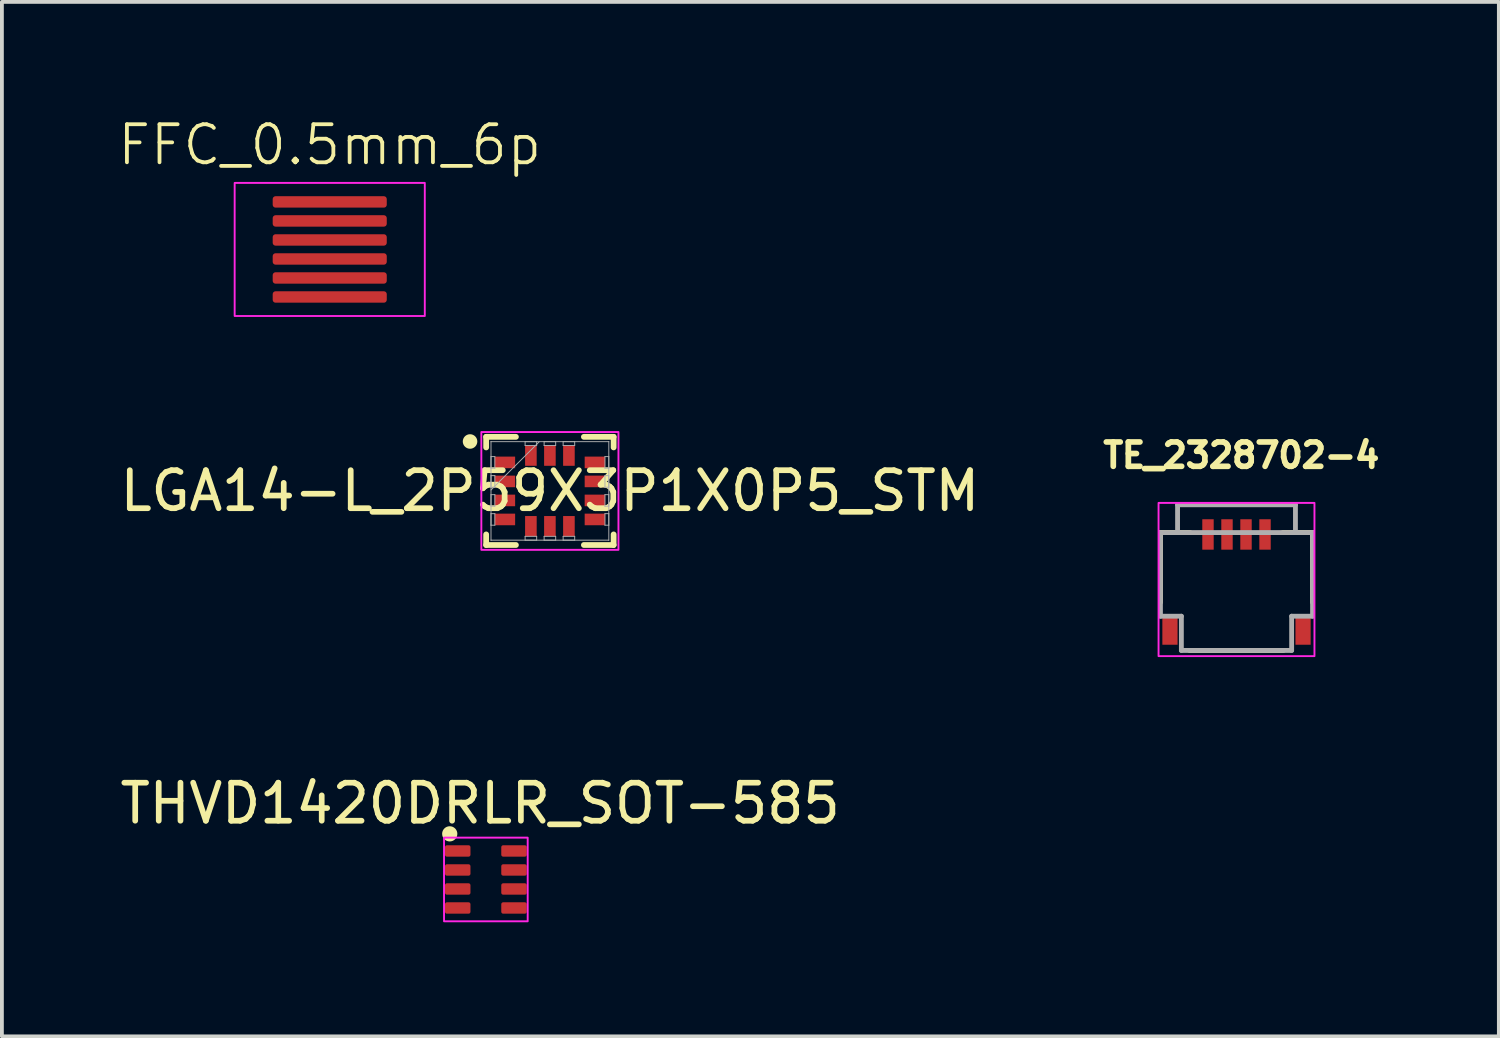
<source format=kicad_pcb>
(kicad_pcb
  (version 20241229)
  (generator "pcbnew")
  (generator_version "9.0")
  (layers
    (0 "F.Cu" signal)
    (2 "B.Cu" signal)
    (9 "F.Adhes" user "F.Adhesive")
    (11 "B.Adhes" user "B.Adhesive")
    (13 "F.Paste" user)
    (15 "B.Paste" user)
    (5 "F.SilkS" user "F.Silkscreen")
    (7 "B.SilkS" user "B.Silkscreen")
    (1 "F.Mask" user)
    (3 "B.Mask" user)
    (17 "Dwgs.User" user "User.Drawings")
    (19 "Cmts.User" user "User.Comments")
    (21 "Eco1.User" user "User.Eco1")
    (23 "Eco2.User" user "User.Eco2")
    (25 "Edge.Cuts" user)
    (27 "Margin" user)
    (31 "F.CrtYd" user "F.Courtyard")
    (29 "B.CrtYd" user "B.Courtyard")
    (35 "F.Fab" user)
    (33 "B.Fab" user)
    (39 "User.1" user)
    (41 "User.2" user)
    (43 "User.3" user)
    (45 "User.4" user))
  (footprint "LGA14-L_2P59X3P1X0P5_STM"
    (layer "F.Cu")
    (at 11.411 9.86)
    (property "Reference" "LGA14-L_2P59X3P1X0P5_STM" (at 0 0 0) (unlocked yes) (layer "F.SilkS") (effects (font (size 1 1) (thickness 0.15))))
    (attr smd)
    (fp_line (start -1.676 -1.422) (end -1.676 -1.144) (stroke (width 0.152) (type solid)) (layer "F.SilkS"))
    (fp_line (start -1.676 1.144) (end -1.676 1.422) (stroke (width 0.152) (type solid)) (layer "F.SilkS"))
    (fp_line (start -1.676 1.422) (end -0.894 1.422) (stroke (width 0.152) (type solid)) (layer "F.SilkS"))
    (fp_line (start -0.894 -1.422) (end -1.676 -1.422) (stroke (width 0.152) (type solid)) (layer "F.SilkS"))
    (fp_line (start 0.894 1.422) (end 1.676 1.422) (stroke (width 0.152) (type solid)) (layer "F.SilkS"))
    (fp_line (start 1.676 -1.422) (end 0.894 -1.422) (stroke (width 0.152) (type solid)) (layer "F.SilkS"))
    (fp_line (start 1.676 -1.144) (end 1.676 -1.422) (stroke (width 0.152) (type solid)) (layer "F.SilkS"))
    (fp_line (start 1.676 1.422) (end 1.676 1.144) (stroke (width 0.152) (type solid)) (layer "F.SilkS"))
    (fp_circle (center -2.1 -1.3) (end -1.959 -1.3) (stroke (width 0.1) (type solid)) (fill yes) (layer "F.SilkS"))
    (fp_poly (pts (xy -0.906 -1.549) (xy -1.803 -1.549) (xy -1.803 -1.156) (xy -1.803 1.156) (xy -1.803 1.549) (xy -0.906 1.549) (xy 0.906 1.549) (xy 1.803 1.549) (xy 1.803 1.156) (xy 1.803 -1.156) (xy 1.803 -1.549) (xy 0.906 -1.549)) (stroke (width 0.05) (type solid)) (fill no) (layer "F.CrtYd"))
    (fp_line (start -1.549 -1.295) (end -1.549 -1.295) (stroke (width 0.025) (type solid)) (layer "F.Fab"))
    (fp_line (start -1.549 -1.295) (end -1.549 1.295) (stroke (width 0.025) (type solid)) (layer "F.Fab"))
    (fp_line (start -1.549 -0.902) (end -1.448 -0.902) (stroke (width 0.025) (type solid)) (layer "F.Fab"))
    (fp_line (start -1.549 -0.598) (end -1.549 -0.902) (stroke (width 0.025) (type solid)) (layer "F.Fab"))
    (fp_line (start -1.549 -0.402) (end -1.448 -0.402) (stroke (width 0.025) (type solid)) (layer "F.Fab"))
    (fp_line (start -1.549 -0.098) (end -1.549 -0.402) (stroke (width 0.025) (type solid)) (layer "F.Fab"))
    (fp_line (start -1.549 -0.025) (end -0.279 -1.295) (stroke (width 0.025) (type solid)) (layer "F.Fab"))
    (fp_line (start -1.549 0.098) (end -1.448 0.098) (stroke (width 0.025) (type solid)) (layer "F.Fab"))
    (fp_line (start -1.549 0.402) (end -1.549 0.098) (stroke (width 0.025) (type solid)) (layer "F.Fab"))
    (fp_line (start -1.549 0.598) (end -1.448 0.598) (stroke (width 0.025) (type solid)) (layer "F.Fab"))
    (fp_line (start -1.549 0.902) (end -1.549 0.598) (stroke (width 0.025) (type solid)) (layer "F.Fab"))
    (fp_line (start -1.549 1.295) (end -1.549 1.295) (stroke (width 0.025) (type solid)) (layer "F.Fab"))
    (fp_line (start -1.549 1.295) (end 1.549 1.295) (stroke (width 0.025) (type solid)) (layer "F.Fab"))
    (fp_line (start -1.448 -0.902) (end -1.448 -0.598) (stroke (width 0.025) (type solid)) (layer "F.Fab"))
    (fp_line (start -1.448 -0.598) (end -1.549 -0.598) (stroke (width 0.025) (type solid)) (layer "F.Fab"))
    (fp_line (start -1.448 -0.402) (end -1.448 -0.098) (stroke (width 0.025) (type solid)) (layer "F.Fab"))
    (fp_line (start -1.448 -0.098) (end -1.549 -0.098) (stroke (width 0.025) (type solid)) (layer "F.Fab"))
    (fp_line (start -1.448 0.098) (end -1.448 0.402) (stroke (width 0.025) (type solid)) (layer "F.Fab"))
    (fp_line (start -1.448 0.402) (end -1.549 0.402) (stroke (width 0.025) (type solid)) (layer "F.Fab"))
    (fp_line (start -1.448 0.598) (end -1.448 0.902) (stroke (width 0.025) (type solid)) (layer "F.Fab"))
    (fp_line (start -1.448 0.902) (end -1.549 0.902) (stroke (width 0.025) (type solid)) (layer "F.Fab"))
    (fp_line (start -0.652 -1.295) (end -0.348 -1.295) (stroke (width 0.025) (type solid)) (layer "F.Fab"))
    (fp_line (start -0.652 -1.194) (end -0.652 -1.295) (stroke (width 0.025) (type solid)) (layer "F.Fab"))
    (fp_line (start -0.652 1.194) (end -0.348 1.194) (stroke (width 0.025) (type solid)) (layer "F.Fab"))
    (fp_line (start -0.652 1.295) (end -0.652 1.194) (stroke (width 0.025) (type solid)) (layer "F.Fab"))
    (fp_line (start -0.348 -1.295) (end -0.348 -1.194) (stroke (width 0.025) (type solid)) (layer "F.Fab"))
    (fp_line (start -0.348 -1.194) (end -0.652 -1.194) (stroke (width 0.025) (type solid)) (layer "F.Fab"))
    (fp_line (start -0.348 1.194) (end -0.348 1.295) (stroke (width 0.025) (type solid)) (layer "F.Fab"))
    (fp_line (start -0.348 1.295) (end -0.652 1.295) (stroke (width 0.025) (type solid)) (layer "F.Fab"))
    (fp_line (start -0.152 -1.295) (end 0.152 -1.295) (stroke (width 0.025) (type solid)) (layer "F.Fab"))
    (fp_line (start -0.152 -1.194) (end -0.152 -1.295) (stroke (width 0.025) (type solid)) (layer "F.Fab"))
    (fp_line (start -0.152 1.194) (end 0.152 1.194) (stroke (width 0.025) (type solid)) (layer "F.Fab"))
    (fp_line (start -0.152 1.295) (end -0.152 1.194) (stroke (width 0.025) (type solid)) (layer "F.Fab"))
    (fp_line (start 0.152 -1.295) (end 0.152 -1.194) (stroke (width 0.025) (type solid)) (layer "F.Fab"))
    (fp_line (start 0.152 -1.194) (end -0.152 -1.194) (stroke (width 0.025) (type solid)) (layer "F.Fab"))
    (fp_line (start 0.152 1.194) (end 0.152 1.295) (stroke (width 0.025) (type solid)) (layer "F.Fab"))
    (fp_line (start 0.152 1.295) (end -0.152 1.295) (stroke (width 0.025) (type solid)) (layer "F.Fab"))
    (fp_line (start 0.348 -1.295) (end 0.652 -1.295) (stroke (width 0.025) (type solid)) (layer "F.Fab"))
    (fp_line (start 0.348 -1.194) (end 0.348 -1.295) (stroke (width 0.025) (type solid)) (layer "F.Fab"))
    (fp_line (start 0.348 1.194) (end 0.652 1.194) (stroke (width 0.025) (type solid)) (layer "F.Fab"))
    (fp_line (start 0.348 1.295) (end 0.348 1.194) (stroke (width 0.025) (type solid)) (layer "F.Fab"))
    (fp_line (start 0.652 -1.295) (end 0.652 -1.194) (stroke (width 0.025) (type solid)) (layer "F.Fab"))
    (fp_line (start 0.652 -1.194) (end 0.348 -1.194) (stroke (width 0.025) (type solid)) (layer "F.Fab"))
    (fp_line (start 0.652 1.194) (end 0.652 1.295) (stroke (width 0.025) (type solid)) (layer "F.Fab"))
    (fp_line (start 0.652 1.295) (end 0.348 1.295) (stroke (width 0.025) (type solid)) (layer "F.Fab"))
    (fp_line (start 1.448 -0.902) (end 1.549 -0.902) (stroke (width 0.025) (type solid)) (layer "F.Fab"))
    (fp_line (start 1.448 -0.598) (end 1.448 -0.902) (stroke (width 0.025) (type solid)) (layer "F.Fab"))
    (fp_line (start 1.448 -0.402) (end 1.549 -0.402) (stroke (width 0.025) (type solid)) (layer "F.Fab"))
    (fp_line (start 1.448 -0.098) (end 1.448 -0.402) (stroke (width 0.025) (type solid)) (layer "F.Fab"))
    (fp_line (start 1.448 0.098) (end 1.549 0.098) (stroke (width 0.025) (type solid)) (layer "F.Fab"))
    (fp_line (start 1.448 0.402) (end 1.448 0.098) (stroke (width 0.025) (type solid)) (layer "F.Fab"))
    (fp_line (start 1.448 0.598) (end 1.549 0.598) (stroke (width 0.025) (type solid)) (layer "F.Fab"))
    (fp_line (start 1.448 0.902) (end 1.448 0.598) (stroke (width 0.025) (type solid)) (layer "F.Fab"))
    (fp_line (start 1.549 -1.295) (end -1.549 -1.295) (stroke (width 0.025) (type solid)) (layer "F.Fab"))
    (fp_line (start 1.549 -1.295) (end 1.549 -1.295) (stroke (width 0.025) (type solid)) (layer "F.Fab"))
    (fp_line (start 1.549 -0.902) (end 1.549 -0.598) (stroke (width 0.025) (type solid)) (layer "F.Fab"))
    (fp_line (start 1.549 -0.598) (end 1.448 -0.598) (stroke (width 0.025) (type solid)) (layer "F.Fab"))
    (fp_line (start 1.549 -0.402) (end 1.549 -0.098) (stroke (width 0.025) (type solid)) (layer "F.Fab"))
    (fp_line (start 1.549 -0.098) (end 1.448 -0.098) (stroke (width 0.025) (type solid)) (layer "F.Fab"))
    (fp_line (start 1.549 0.098) (end 1.549 0.402) (stroke (width 0.025) (type solid)) (layer "F.Fab"))
    (fp_line (start 1.549 0.402) (end 1.448 0.402) (stroke (width 0.025) (type solid)) (layer "F.Fab"))
    (fp_line (start 1.549 0.598) (end 1.549 0.902) (stroke (width 0.025) (type solid)) (layer "F.Fab"))
    (fp_line (start 1.549 0.902) (end 1.448 0.902) (stroke (width 0.025) (type solid)) (layer "F.Fab"))
    (fp_line (start 1.549 1.295) (end 1.549 -1.295) (stroke (width 0.025) (type solid)) (layer "F.Fab"))
    (fp_line (start 1.549 1.295) (end 1.549 1.295) (stroke (width 0.025) (type solid)) (layer "F.Fab"))
    (pad "1" smd rect (at -1.181 -0.75 90) (size 0.305 0.533) (layers "F.Cu" "F.Mask" "F.Paste"))
    (pad "2" smd rect (at -1.181 -0.25 90) (size 0.305 0.533) (layers "F.Cu" "F.Mask" "F.Paste"))
    (pad "3" smd rect (at -1.181 0.25 90) (size 0.305 0.533) (layers "F.Cu" "F.Mask" "F.Paste"))
    (pad "4" smd rect (at -1.181 0.75 90) (size 0.305 0.533) (layers "F.Cu" "F.Mask" "F.Paste"))
    (pad "5" smd rect (at -0.5 0.927) (size 0.305 0.533) (layers "F.Cu" "F.Mask" "F.Paste"))
    (pad "6" smd rect (at 0 0.927) (size 0.305 0.533) (layers "F.Cu" "F.Mask" "F.Paste"))
    (pad "7" smd rect (at 0.5 0.927) (size 0.305 0.533) (layers "F.Cu" "F.Mask" "F.Paste"))
    (pad "8" smd rect (at 1.181 0.75 90) (size 0.305 0.533) (layers "F.Cu" "F.Mask" "F.Paste"))
    (pad "9" smd rect (at 1.181 0.25 90) (size 0.305 0.533) (layers "F.Cu" "F.Mask" "F.Paste"))
    (pad "10" smd rect (at 1.181 -0.25 90) (size 0.305 0.533) (layers "F.Cu" "F.Mask" "F.Paste"))
    (pad "11" smd rect (at 1.181 -0.75 90) (size 0.305 0.533) (layers "F.Cu" "F.Mask" "F.Paste"))
    (pad "12" smd rect (at 0.5 -0.927) (size 0.305 0.533) (layers "F.Cu" "F.Mask" "F.Paste"))
    (pad "13" smd rect (at 0 -0.927) (size 0.305 0.533) (layers "F.Cu" "F.Mask" "F.Paste"))
    (pad "14" smd rect (at -0.5 -0.927) (size 0.305 0.533) (layers "F.Cu" "F.Mask" "F.Paste")))
  (footprint "FFC_0.5mm_6p"
    (layer "F.Cu")
    (at 5.621 3.51)
    (property "Reference" "FFC_0.5mm_6p" (at 0 -2.75 0) (unlocked yes) (layer "F.SilkS") (effects (font (size 1 1) (thickness 0.1))))
    (attr exclude_from_pos_files exclude_from_bom allow_missing_courtyard)
    (fp_rect (start -2.5 -1.75) (end 2.5 1.75) (stroke (width 0.05) (type default)) (fill no) (layer "F.CrtYd"))
    (pad "1" smd roundrect (at 0 -1.25) (size 3 0.3) (layers "F.Cu" "F.Mask") (roundrect_rratio 0.25))
    (pad "2" smd roundrect (at 0 -0.75) (size 3 0.3) (layers "F.Cu" "F.Mask") (roundrect_rratio 0.25))
    (pad "3" smd roundrect (at 0 -0.25) (size 3 0.3) (layers "F.Cu" "F.Mask") (roundrect_rratio 0.25))
    (pad "4" smd roundrect (at 0 0.25) (size 3 0.3) (layers "F.Cu" "F.Mask") (roundrect_rratio 0.25))
    (pad "5" smd roundrect (at 0 0.75) (size 3 0.3) (layers "F.Cu" "F.Mask") (roundrect_rratio 0.25))
    (pad "6" smd roundrect (at 0 1.25) (size 3 0.3) (layers "F.Cu" "F.Mask") (roundrect_rratio 0.25)))
  (footprint "TE_2328702-4"
    (layer "F.Cu")
    (at 29.467 12.505)
    (property "Reference" "TE_2328702-4" (at 0.127 -3.581 0) (layer "F.SilkS") (effects (font (size 0.64 0.64) (thickness 0.15))))
    (attr smd)
    (fp_line (start -2 -1.55) (end -2 0.285) (stroke (width 0.127) (type solid)) (layer "F.SilkS"))
    (fp_line (start -1.235 1.55) (end 1.235 1.55) (stroke (width 0.127) (type solid)) (layer "F.SilkS"))
    (fp_line (start -1.22 -1.55) (end -2 -1.55) (stroke (width 0.127) (type solid)) (layer "F.SilkS"))
    (fp_line (start 1.22 -1.55) (end 2 -1.55) (stroke (width 0.127) (type solid)) (layer "F.SilkS"))
    (fp_line (start 2 -1.55) (end 2 0.285) (stroke (width 0.127) (type solid)) (layer "F.SilkS"))
    (fp_poly (pts (xy -2.05 -2.33) (xy -2.05 1.7) (xy 2.05 1.7) (xy 2.05 -2.33)) (stroke (width 0.05) (type solid)) (fill no) (layer "F.CrtYd"))
    (fp_line (start -2 -1.55) (end -1.55 -1.55) (stroke (width 0.127) (type solid)) (layer "F.Fab"))
    (fp_line (start -2 0.65) (end -2 -1.55) (stroke (width 0.127) (type solid)) (layer "F.Fab"))
    (fp_line (start -1.55 -2.28) (end 1.55 -2.28) (stroke (width 0.127) (type solid)) (layer "F.Fab"))
    (fp_line (start -1.55 -1.55) (end -1.55 -2.28) (stroke (width 0.127) (type solid)) (layer "F.Fab"))
    (fp_line (start -1.55 -1.55) (end 1.55 -1.55) (stroke (width 0.127) (type solid)) (layer "F.Fab"))
    (fp_line (start -1.45 0.65) (end -2 0.65) (stroke (width 0.127) (type solid)) (layer "F.Fab"))
    (fp_line (start -1.45 1.55) (end -1.45 0.65) (stroke (width 0.127) (type solid)) (layer "F.Fab"))
    (fp_line (start 1.45 0.65) (end 1.45 1.55) (stroke (width 0.127) (type solid)) (layer "F.Fab"))
    (fp_line (start 1.45 1.55) (end -1.45 1.55) (stroke (width 0.127) (type solid)) (layer "F.Fab"))
    (fp_line (start 1.55 -2.28) (end 1.55 -1.55) (stroke (width 0.127) (type solid)) (layer "F.Fab"))
    (fp_line (start 1.55 -1.55) (end 2 -1.55) (stroke (width 0.127) (type solid)) (layer "F.Fab"))
    (fp_line (start 2 -1.55) (end 2 0.65) (stroke (width 0.127) (type solid)) (layer "F.Fab"))
    (fp_line (start 2 0.65) (end 1.45 0.65) (stroke (width 0.127) (type solid)) (layer "F.Fab"))
    (pad "1" smd rect (at 0.75 -1.5) (size 0.3 0.8) (layers "F.Cu" "F.Mask" "F.Paste"))
    (pad "2" smd rect (at 0.25 -1.5) (size 0.3 0.8) (layers "F.Cu" "F.Mask" "F.Paste"))
    (pad "3" smd rect (at -0.25 -1.5) (size 0.3 0.8) (layers "F.Cu" "F.Mask" "F.Paste"))
    (pad "4" smd rect (at -0.75 -1.5) (size 0.3 0.8) (layers "F.Cu" "F.Mask" "F.Paste"))
    (pad "MP" smd rect (at -1.75 1) (size 0.4 0.8) (layers "F.Cu" "F.Mask" "F.Paste"))
    (pad "MP" smd rect (at 1.75 1) (size 0.4 0.8) (layers "F.Cu" "F.Mask" "F.Paste")))
  (footprint "THVD1420DRLR_SOT-585"
    (layer "F.Cu")
    (at 9.727 20.078)
    (property "Reference" "THVD1420DRLR_SOT-585" (at -0.15 -2 0) (layer "F.SilkS") (effects (font (size 1 1) (thickness 0.15))))
    (attr smd)
    (fp_circle (center -0.95 -1.2) (end -0.75 -1.2) (stroke (width 0) (type solid)) (fill yes) (layer "F.SilkS"))
    (fp_rect (start -1.1 -1.1) (end 1.1 1.1) (stroke (width 0.05) (type solid)) (fill no) (layer "F.CrtYd"))
    (pad "1" smd roundrect (at -0.74 -0.75) (size 0.67 0.3) (layers "F.Cu" "F.Mask" "F.Paste") (roundrect_rratio 0.167))
    (pad "2" smd roundrect (at -0.74 -0.25) (size 0.67 0.3) (layers "F.Cu" "F.Mask" "F.Paste") (roundrect_rratio 0.167))
    (pad "3" smd roundrect (at -0.74 0.25) (size 0.67 0.3) (layers "F.Cu" "F.Mask" "F.Paste") (roundrect_rratio 0.167))
    (pad "4" smd roundrect (at -0.74 0.75) (size 0.67 0.3) (layers "F.Cu" "F.Mask" "F.Paste") (roundrect_rratio 0.167))
    (pad "5" smd roundrect (at 0.74 0.75) (size 0.67 0.3) (layers "F.Cu" "F.Mask" "F.Paste") (roundrect_rratio 0.167))
    (pad "6" smd roundrect (at 0.74 0.25) (size 0.67 0.3) (layers "F.Cu" "F.Mask" "F.Paste") (roundrect_rratio 0.167))
    (pad "7" smd roundrect (at 0.74 -0.25) (size 0.67 0.3) (layers "F.Cu" "F.Mask" "F.Paste") (roundrect_rratio 0.167))
    (pad "8" smd roundrect (at 0.74 -0.75) (size 0.67 0.3) (layers "F.Cu" "F.Mask" "F.Paste") (roundrect_rratio 0.167)))
  (gr_rect
    (start -3 -3)
    (end 36.366 24.203)
    (stroke (width 0.1) (type default))
    (fill no)
    (layer "Edge.Cuts")))
</source>
